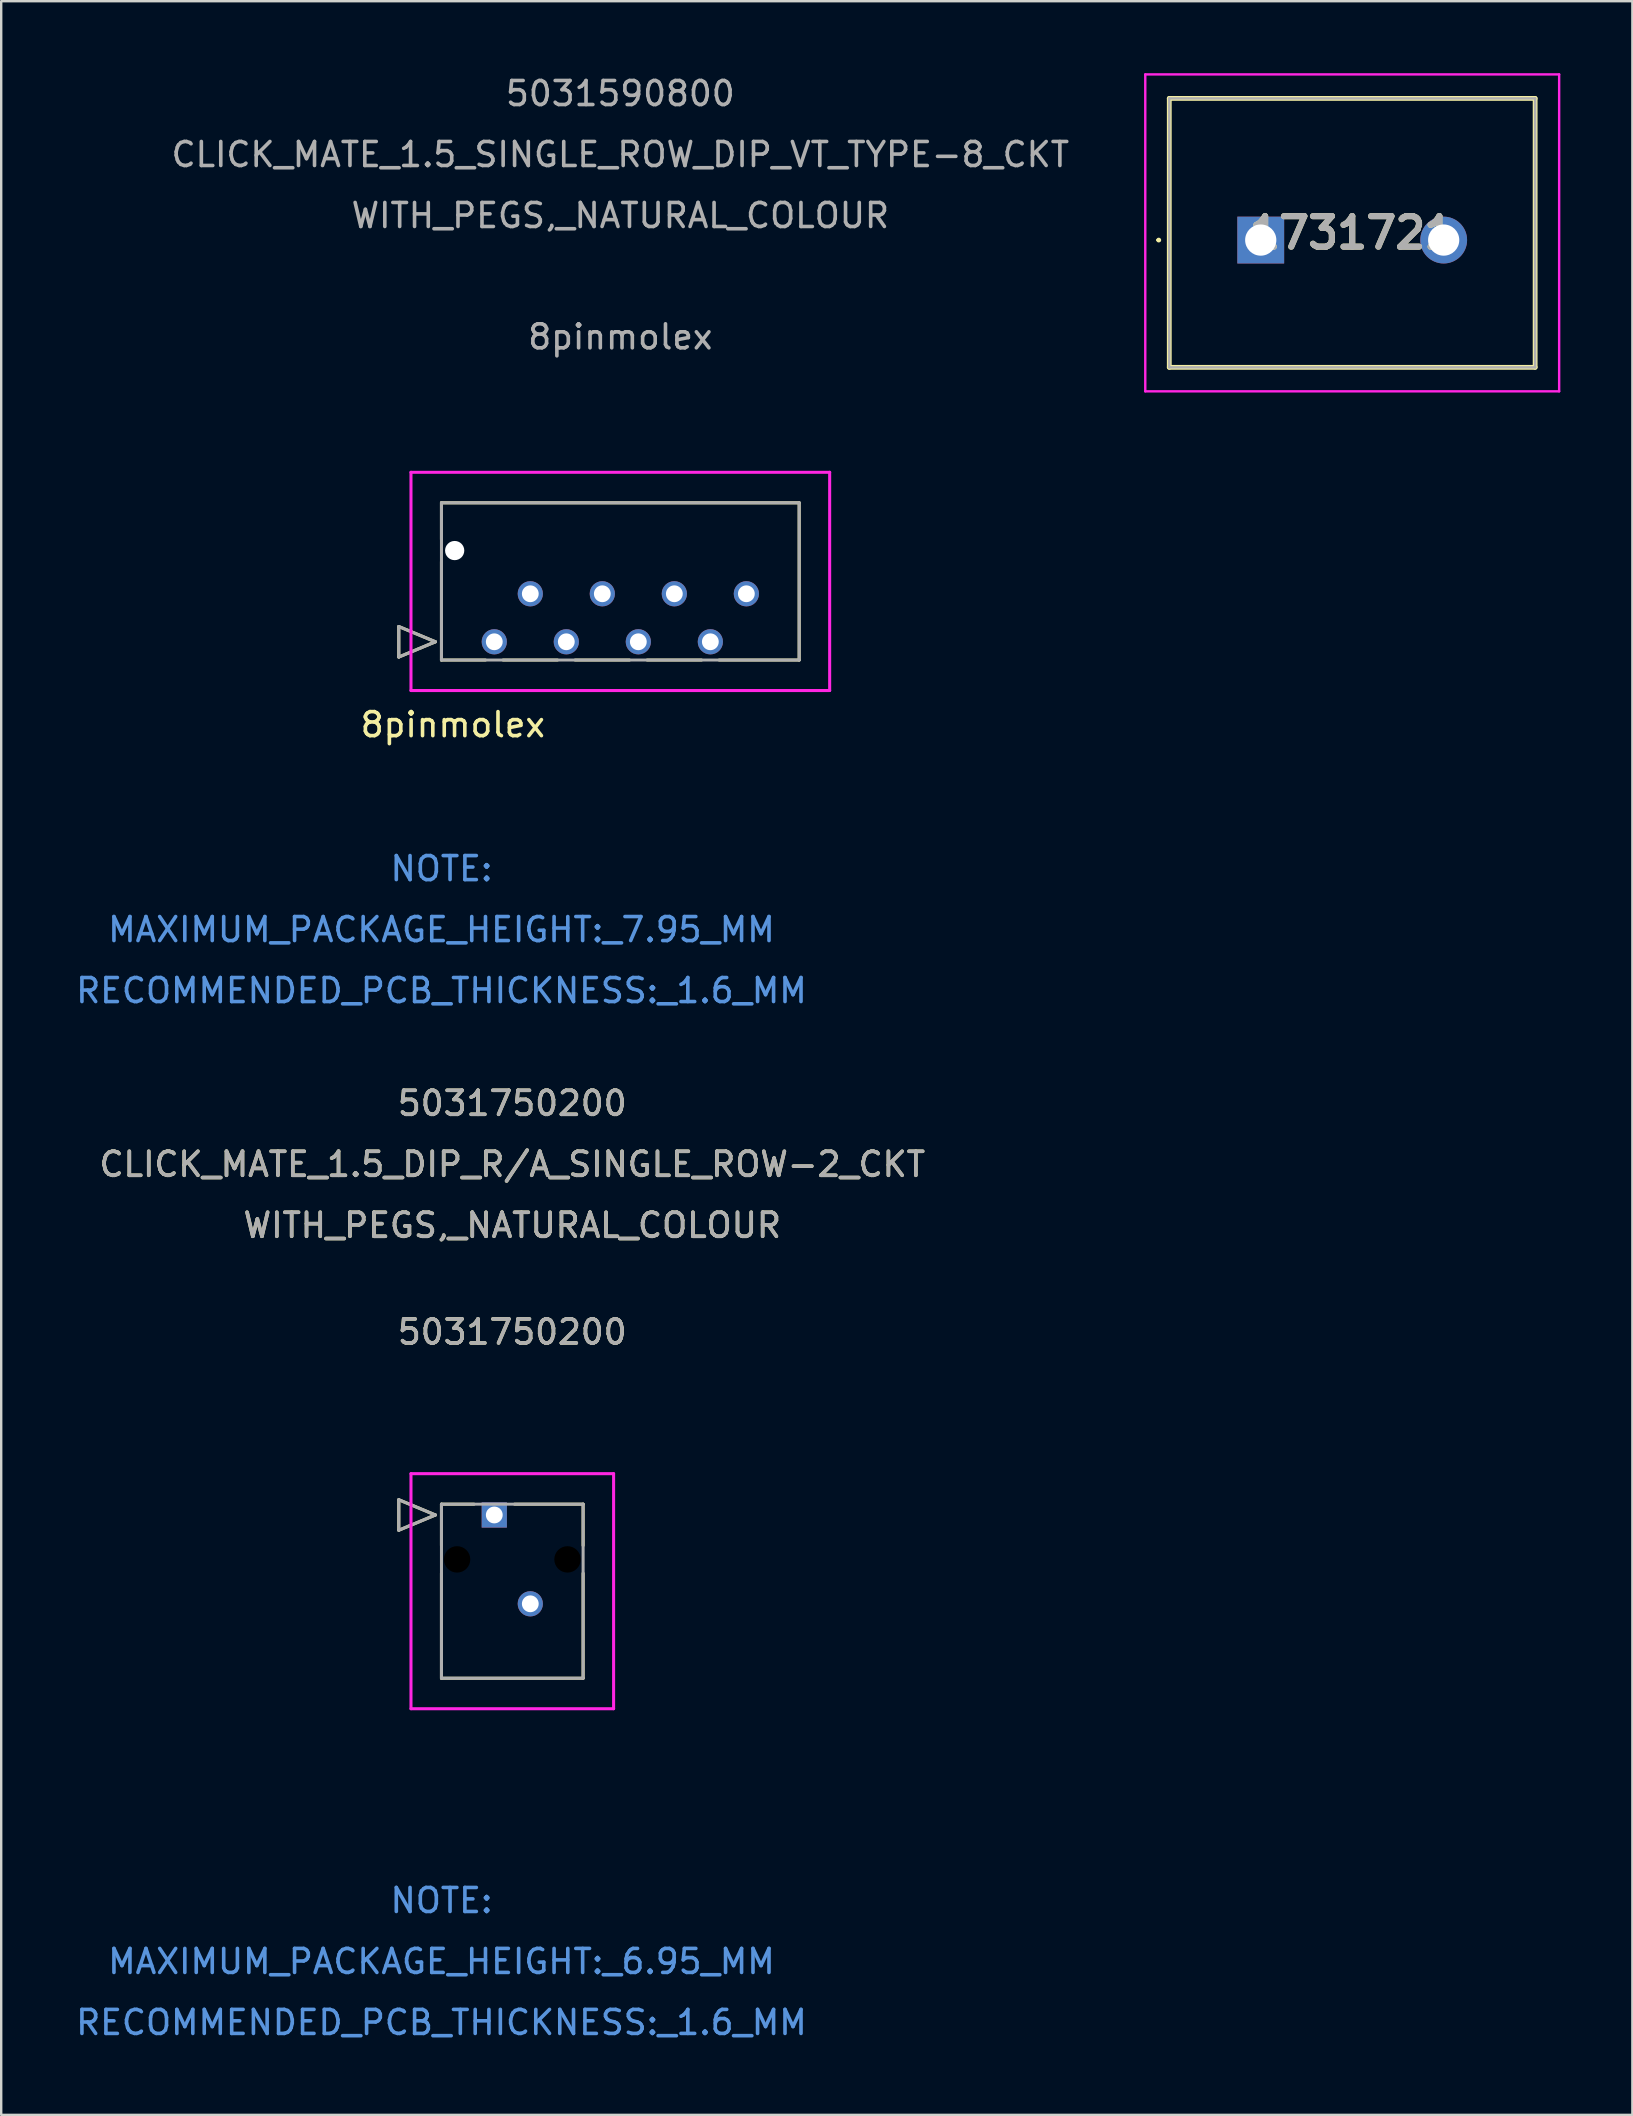
<source format=kicad_pcb>
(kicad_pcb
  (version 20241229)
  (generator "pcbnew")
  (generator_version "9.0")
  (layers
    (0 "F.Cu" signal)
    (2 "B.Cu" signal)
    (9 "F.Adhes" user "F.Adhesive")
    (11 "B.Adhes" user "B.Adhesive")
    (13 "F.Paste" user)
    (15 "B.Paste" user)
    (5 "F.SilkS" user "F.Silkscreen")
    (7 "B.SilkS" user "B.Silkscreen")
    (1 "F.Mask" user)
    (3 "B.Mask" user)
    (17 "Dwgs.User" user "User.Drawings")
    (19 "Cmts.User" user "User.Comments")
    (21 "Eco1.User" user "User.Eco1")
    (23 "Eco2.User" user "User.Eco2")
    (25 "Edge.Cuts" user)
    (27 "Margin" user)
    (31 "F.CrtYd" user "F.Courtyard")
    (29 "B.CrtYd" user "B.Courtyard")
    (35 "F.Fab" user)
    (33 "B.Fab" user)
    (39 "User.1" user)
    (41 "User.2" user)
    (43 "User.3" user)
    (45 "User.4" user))
  (footprint "1731721"
    (layer "F.Cu")
    (at 49.465 6.95)
    (property "Reference" "1731721" (at 3.81 -0.3 0) (layer "F.SilkS") (effects (font (size 1.27 1.27) (thickness 0.254))))
    (attr through_hole)
    (fp_line (start -4.3 0) (end -4.3 0) (stroke (width 0.1) (type solid)) (layer "F.SilkS"))
    (fp_line (start -4.2 0) (end -4.2 0) (stroke (width 0.1) (type solid)) (layer "F.SilkS"))
    (fp_line (start -3.81 -5.9) (end -3.81 5.3) (stroke (width 0.2) (type solid)) (layer "F.SilkS"))
    (fp_line (start -3.81 5.3) (end 11.43 5.3) (stroke (width 0.2) (type solid)) (layer "F.SilkS"))
    (fp_line (start 11.43 -5.9) (end -3.81 -5.9) (stroke (width 0.2) (type solid)) (layer "F.SilkS"))
    (fp_line (start 11.43 5.3) (end 11.43 -5.9) (stroke (width 0.2) (type solid)) (layer "F.SilkS"))
    (fp_arc (start -4.3 0) (mid -4.25 -0.05) (end -4.2 0) (stroke (width 0.1) (type solid)) (layer "F.SilkS"))
    (fp_arc (start -4.2 0) (mid -4.25 0.05) (end -4.3 0) (stroke (width 0.1) (type solid)) (layer "F.SilkS"))
    (fp_line (start -4.81 -6.9) (end 12.43 -6.9) (stroke (width 0.1) (type solid)) (layer "F.CrtYd"))
    (fp_line (start -4.81 6.3) (end -4.81 -6.9) (stroke (width 0.1) (type solid)) (layer "F.CrtYd"))
    (fp_line (start 12.43 -6.9) (end 12.43 6.3) (stroke (width 0.1) (type solid)) (layer "F.CrtYd"))
    (fp_line (start 12.43 6.3) (end -4.81 6.3) (stroke (width 0.1) (type solid)) (layer "F.CrtYd"))
    (fp_line (start -3.81 -5.9) (end -3.81 5.3) (stroke (width 0.1) (type solid)) (layer "F.Fab"))
    (fp_line (start -3.81 5.3) (end 11.43 5.3) (stroke (width 0.1) (type solid)) (layer "F.Fab"))
    (fp_line (start 11.43 -5.9) (end -3.81 -5.9) (stroke (width 0.1) (type solid)) (layer "F.Fab"))
    (fp_line (start 11.43 5.3) (end 11.43 -5.9) (stroke (width 0.1) (type solid)) (layer "F.Fab"))
    (fp_text user "${REFERENCE}" (at 3.81 -0.3 0) (layer "F.Fab") (effects (font (size 1.27 1.27) (thickness 0.254))))
    (pad "1" thru_hole rect (at 0 0) (size 1.95 1.95) (drill 1.3) (layers "*.Cu" "*.Mask"))
    (pad "2" thru_hole circle (at 7.62 0) (size 1.95 1.95) (drill 1.3) (layers "*.Cu" "*.Mask")))
  (footprint "8pinmolex"
    (layer "F.Cu")
    (at 17.539 23.683)
    (property "Reference" "8pinmolex" (at -1.727 3.454 0) (unlocked yes) (layer "F.SilkS") (effects (font (size 1 1) (thickness 0.15))))
    (attr through_hole)
    (fp_line (start -3.978 -0.635) (end -2.454 0) (stroke (width 0.127) (type solid)) (layer "F.SilkS"))
    (fp_line (start -3.978 0.635) (end -3.978 -0.635) (stroke (width 0.127) (type solid)) (layer "F.SilkS"))
    (fp_line (start -2.454 0) (end -3.978 0.635) (stroke (width 0.127) (type solid)) (layer "F.SilkS"))
    (fp_line (start -2.2 -5.79) (end -2.2 -4.265) (stroke (width 0.127) (type solid)) (layer "F.SilkS"))
    (fp_line (start -2.2 -3.335) (end -2.2 0.76) (stroke (width 0.127) (type solid)) (layer "F.SilkS"))
    (fp_line (start -2.2 0.76) (end -0.369 0.76) (stroke (width 0.127) (type solid)) (layer "F.SilkS"))
    (fp_line (start 0.369 0.76) (end 2.631 0.76) (stroke (width 0.127) (type solid)) (layer "F.SilkS"))
    (fp_line (start 3.369 0.76) (end 5.631 0.76) (stroke (width 0.127) (type solid)) (layer "F.SilkS"))
    (fp_line (start 6.369 0.76) (end 8.631 0.76) (stroke (width 0.127) (type solid)) (layer "F.SilkS"))
    (fp_line (start 9.369 0.76) (end 12.7 0.76) (stroke (width 0.127) (type solid)) (layer "F.SilkS"))
    (fp_line (start 12.7 -5.79) (end -2.2 -5.79) (stroke (width 0.127) (type solid)) (layer "F.SilkS"))
    (fp_line (start 12.7 0.76) (end 12.7 -5.79) (stroke (width 0.127) (type solid)) (layer "F.SilkS"))
    (fp_line (start -3.47 -7.06) (end -3.47 2.03) (stroke (width 0.127) (type solid)) (layer "F.CrtYd"))
    (fp_line (start -3.47 2.03) (end 13.97 2.03) (stroke (width 0.127) (type solid)) (layer "F.CrtYd"))
    (fp_line (start 13.97 -7.06) (end -3.47 -7.06) (stroke (width 0.127) (type solid)) (layer "F.CrtYd"))
    (fp_line (start 13.97 2.03) (end 13.97 -7.06) (stroke (width 0.127) (type solid)) (layer "F.CrtYd"))
    (fp_line (start -3.978 -0.635) (end -2.454 0) (stroke (width 0.127) (type solid)) (layer "F.Fab"))
    (fp_line (start -3.978 0.635) (end -3.978 -0.635) (stroke (width 0.127) (type solid)) (layer "F.Fab"))
    (fp_line (start -2.454 0) (end -3.978 0.635) (stroke (width 0.127) (type solid)) (layer "F.Fab"))
    (fp_line (start -2.2 -5.79) (end -2.2 0.76) (stroke (width 0.127) (type solid)) (layer "F.Fab"))
    (fp_line (start -2.2 0.76) (end 12.7 0.76) (stroke (width 0.127) (type solid)) (layer "F.Fab"))
    (fp_line (start 12.7 -5.79) (end -2.2 -5.79) (stroke (width 0.127) (type solid)) (layer "F.Fab"))
    (fp_line (start 12.7 0.76) (end 12.7 -5.79) (stroke (width 0.127) (type solid)) (layer "F.Fab"))
    (fp_text user "MAXIMUM_PACKAGE_HEIGHT:_7.95_MM" (at -2.2 11.99 0) (unlocked yes) (layer "Cmts.User") (effects (font (size 1 1) (thickness 0.15))))
    (fp_text user "NOTE:" (at -2.2 9.45 0) (unlocked yes) (layer "Cmts.User") (effects (font (size 1 1) (thickness 0.15))))
    (fp_text user "RECOMMENDED_PCB_THICKNESS:_1.6_MM" (at -2.2 14.53 0) (unlocked yes) (layer "Cmts.User") (effects (font (size 1 1) (thickness 0.15))))
    (fp_text user "${REFERENCE}" (at 5.25 -12.7 0) (unlocked yes) (layer "F.Fab") (effects (font (size 1 1) (thickness 0.15))))
    (fp_text user "WITH_PEGS,_NATURAL_COLOUR" (at 5.25 -17.755 0) (unlocked yes) (layer "F.Fab") (effects (font (size 1 1) (thickness 0.15))))
    (fp_text user "CLICK_MATE_1.5_SINGLE_ROW_DIP_VT_TYPE-8_CKT" (at 5.25 -20.295 0) (unlocked yes) (layer "F.Fab") (effects (font (size 1 1) (thickness 0.15))))
    (fp_text user "5031590800" (at 5.25 -22.835 0) (unlocked yes) (layer "F.Fab") (effects (font (size 1 1) (thickness 0.15))))
    (pad "" np_thru_hole circle (at -1.65 -3.8) (size 0.8 0.8) (drill 0.8) (layers "*.Cu" "*.Mask"))
    (pad "1" thru_hole circle (at 0 0 90) (size 1.05 1.05) (drill 0.7) (layers "*.Cu" "*.Mask"))
    (pad "2" thru_hole circle (at 1.5 -2 90) (size 1.05 1.05) (drill 0.7) (layers "*.Cu" "*.Mask"))
    (pad "3" thru_hole circle (at 3 0 90) (size 1.05 1.05) (drill 0.7) (layers "*.Cu" "*.Mask"))
    (pad "4" thru_hole circle (at 4.5 -2 90) (size 1.05 1.05) (drill 0.7) (layers "*.Cu" "*.Mask"))
    (pad "5" thru_hole circle (at 6 0 90) (size 1.05 1.05) (drill 0.7) (layers "*.Cu" "*.Mask"))
    (pad "6" thru_hole circle (at 7.5 -2 90) (size 1.05 1.05) (drill 0.7) (layers "*.Cu" "*.Mask"))
    (pad "7" thru_hole circle (at 9 0 90) (size 1.05 1.05) (drill 0.7) (layers "*.Cu" "*.Mask"))
    (pad "8" thru_hole circle (at 10.5 -2 90) (size 1.05 1.05) (drill 0.7) (layers "*.Cu" "*.Mask")))
  (footprint "5031750200"
    (layer "F.Cu")
    (at 17.539 60.055)
    (property "Reference" "5031750200" (at 0.75 -7.62 0) (unlocked yes) (layer "F.SilkS") (effects (font (size 1 1) (thickness 0.15))))
    (attr through_hole)
    (fp_line (start -3.978 -0.635) (end -2.454 0) (stroke (width 0.127) (type solid)) (layer "F.SilkS"))
    (fp_line (start -3.978 0.635) (end -3.978 -0.635) (stroke (width 0.127) (type solid)) (layer "F.SilkS"))
    (fp_line (start -2.454 0) (end -3.978 0.635) (stroke (width 0.127) (type solid)) (layer "F.SilkS"))
    (fp_line (start -2.2 -0.45) (end -2.2 1.272) (stroke (width 0.127) (type solid)) (layer "F.SilkS"))
    (fp_line (start -2.2 2.428) (end -2.2 6.8) (stroke (width 0.127) (type solid)) (layer "F.SilkS"))
    (fp_line (start -2.2 6.8) (end 3.7 6.8) (stroke (width 0.127) (type solid)) (layer "F.SilkS"))
    (fp_line (start -0.845 -0.45) (end -2.2 -0.45) (stroke (width 0.127) (type solid)) (layer "F.SilkS"))
    (fp_line (start 3.7 -0.45) (end 0.845 -0.45) (stroke (width 0.127) (type solid)) (layer "F.SilkS"))
    (fp_line (start 3.7 1.272) (end 3.7 -0.45) (stroke (width 0.127) (type solid)) (layer "F.SilkS"))
    (fp_line (start 3.7 6.8) (end 3.7 2.428) (stroke (width 0.127) (type solid)) (layer "F.SilkS"))
    (fp_line (start -3.47 -1.72) (end -3.47 8.07) (stroke (width 0.127) (type solid)) (layer "F.CrtYd"))
    (fp_line (start -3.47 8.07) (end 4.97 8.07) (stroke (width 0.127) (type solid)) (layer "F.CrtYd"))
    (fp_line (start 4.97 -1.72) (end -3.47 -1.72) (stroke (width 0.127) (type solid)) (layer "F.CrtYd"))
    (fp_line (start 4.97 8.07) (end 4.97 -1.72) (stroke (width 0.127) (type solid)) (layer "F.CrtYd"))
    (fp_line (start -3.978 -0.635) (end -2.454 0) (stroke (width 0.127) (type solid)) (layer "F.Fab"))
    (fp_line (start -3.978 0.635) (end -3.978 -0.635) (stroke (width 0.127) (type solid)) (layer "F.Fab"))
    (fp_line (start -2.454 0) (end -3.978 0.635) (stroke (width 0.127) (type solid)) (layer "F.Fab"))
    (fp_line (start -2.2 -0.45) (end -2.2 6.8) (stroke (width 0.127) (type solid)) (layer "F.Fab"))
    (fp_line (start -2.2 6.8) (end 3.7 6.8) (stroke (width 0.127) (type solid)) (layer "F.Fab"))
    (fp_line (start 3.7 -0.45) (end -2.2 -0.45) (stroke (width 0.127) (type solid)) (layer "F.Fab"))
    (fp_line (start 3.7 6.8) (end 3.7 -0.45) (stroke (width 0.127) (type solid)) (layer "F.Fab"))
    (fp_text user "5031750200" (at 0.75 -17.145 0) (unlocked yes) (layer "F.SilkS") (effects (font (size 1 1) (thickness 0.15))))
    (fp_text user "CLICK_MATE_1.5_DIP_R/A_SINGLE_ROW-2_CKT" (at 0.75 -14.605 0) (unlocked yes) (layer "F.SilkS") (effects (font (size 1 1) (thickness 0.15))))
    (fp_text user "WITH_PEGS,_NATURAL_COLOUR" (at 0.75 -12.065 0) (unlocked yes) (layer "F.SilkS") (effects (font (size 1 1) (thickness 0.15))))
    (fp_text user "MAXIMUM_PACKAGE_HEIGHT:_6.95_MM" (at -2.2 18.6 0) (unlocked yes) (layer "Cmts.User") (effects (font (size 1 1) (thickness 0.15))))
    (fp_text user "RECOMMENDED_PCB_THICKNESS:_1.6_MM" (at -2.2 21.14 0) (unlocked yes) (layer "Cmts.User") (effects (font (size 1 1) (thickness 0.15))))
    (fp_text user "NOTE:" (at -2.2 16.06 0) (unlocked yes) (layer "Cmts.User") (effects (font (size 1 1) (thickness 0.15))))
    (fp_text user "${REFERENCE}" (at 0.75 -7.62 0) (unlocked yes) (layer "F.Fab") (effects (font (size 1 1) (thickness 0.15))))
    (fp_text user "WITH_PEGS,_NATURAL_COLOUR" (at 0.75 -12.065 0) (unlocked yes) (layer "F.Fab") (effects (font (size 1 1) (thickness 0.15))))
    (fp_text user "5031750200" (at 0.75 -17.145 0) (unlocked yes) (layer "F.Fab") (effects (font (size 1 1) (thickness 0.15))))
    (fp_text user "CLICK_MATE_1.5_DIP_R/A_SINGLE_ROW-2_CKT" (at 0.75 -14.605 0) (unlocked yes) (layer "F.Fab") (effects (font (size 1 1) (thickness 0.15))))
    (pad "" np_thru_hole circle (at -1.55 1.85) (size 1.1 1.1) (drill 1.1) (layers))
    (pad "" np_thru_hole circle (at 3.05 1.85) (size 1.1 1.1) (drill 1.1) (layers))
    (pad "1" thru_hole rect (at 0 0) (size 1.05 1.05) (drill 0.7) (layers "*.Cu" "*.Mask"))
    (pad "2" thru_hole circle (at 1.5 3.7) (size 1.05 1.05) (drill 0.7) (layers "*.Cu" "*.Mask")))
  (gr_rect
    (start -3 -3)
    (end 64.945 85.043)
    (stroke (width 0.1) (type default))
    (fill no)
    (layer "Edge.Cuts")))
</source>
